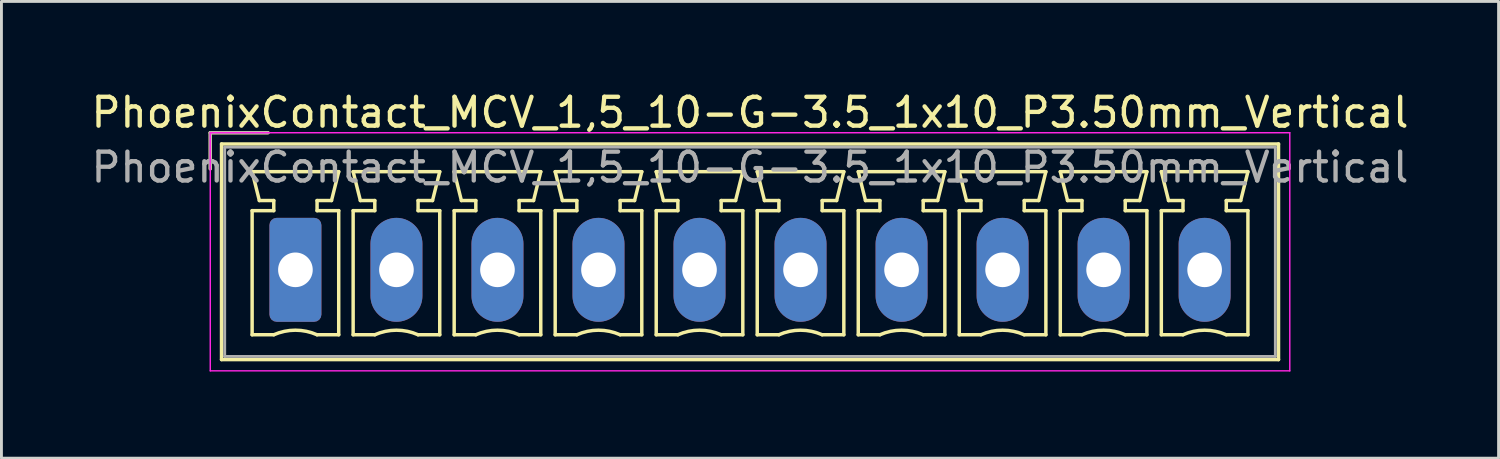
<source format=kicad_pcb>
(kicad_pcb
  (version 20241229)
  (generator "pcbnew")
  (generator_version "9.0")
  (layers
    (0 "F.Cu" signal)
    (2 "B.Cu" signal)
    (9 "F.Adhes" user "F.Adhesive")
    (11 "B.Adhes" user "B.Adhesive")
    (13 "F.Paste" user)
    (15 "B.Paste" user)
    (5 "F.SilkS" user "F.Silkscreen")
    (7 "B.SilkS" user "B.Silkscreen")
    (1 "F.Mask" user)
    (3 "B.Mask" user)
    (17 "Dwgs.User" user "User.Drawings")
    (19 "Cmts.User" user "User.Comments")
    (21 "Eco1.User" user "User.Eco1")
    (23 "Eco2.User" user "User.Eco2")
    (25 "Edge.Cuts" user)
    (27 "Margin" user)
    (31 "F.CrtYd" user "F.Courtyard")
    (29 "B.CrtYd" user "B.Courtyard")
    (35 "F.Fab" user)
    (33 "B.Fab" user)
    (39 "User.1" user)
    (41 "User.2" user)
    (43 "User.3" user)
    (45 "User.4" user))
  (footprint "PhoenixContact_MCV_1,5_10-G-3.5_1x10_P3.50mm_Vertical"
    (layer "F.Cu")
    (at 7.185 6.298)
    (property "Reference" "PhoenixContact_MCV_1,5_10-G-3.5_1x10_P3.50mm_Vertical" (at 15.75 -5.45 0) (layer "F.SilkS") (effects (font (size 1 1) (thickness 0.15))))
    (attr through_hole)
    (fp_line (start -2.95 -4.75) (end -0.95 -4.75) (stroke (width 0.12) (type solid)) (layer "F.SilkS"))
    (fp_line (start -2.95 -3.5) (end -2.95 -4.75) (stroke (width 0.12) (type solid)) (layer "F.SilkS"))
    (fp_line (start -2.56 -4.36) (end -2.56 3.11) (stroke (width 0.12) (type solid)) (layer "F.SilkS"))
    (fp_line (start -2.56 3.11) (end 34.06 3.11) (stroke (width 0.12) (type solid)) (layer "F.SilkS"))
    (fp_line (start -1.5 -3.4) (end 1.5 -3.4) (stroke (width 0.12) (type solid)) (layer "F.SilkS"))
    (fp_line (start -1.5 -2.05) (end -0.75 -2.05) (stroke (width 0.12) (type solid)) (layer "F.SilkS"))
    (fp_line (start -1.5 2.25) (end -1.5 -2.05) (stroke (width 0.12) (type solid)) (layer "F.SilkS"))
    (fp_line (start -1.25 -2.4) (end -1.5 -3.4) (stroke (width 0.12) (type solid)) (layer "F.SilkS"))
    (fp_line (start -0.75 -2.4) (end -1.25 -2.4) (stroke (width 0.12) (type solid)) (layer "F.SilkS"))
    (fp_line (start -0.75 -2.05) (end -0.75 -2.4) (stroke (width 0.12) (type solid)) (layer "F.SilkS"))
    (fp_line (start -0.75 2.25) (end -1.5 2.25) (stroke (width 0.12) (type solid)) (layer "F.SilkS"))
    (fp_line (start 0.75 -2.4) (end 0.75 -2.05) (stroke (width 0.12) (type solid)) (layer "F.SilkS"))
    (fp_line (start 0.75 -2.05) (end 1.5 -2.05) (stroke (width 0.12) (type solid)) (layer "F.SilkS"))
    (fp_line (start 1.25 -2.4) (end 0.75 -2.4) (stroke (width 0.12) (type solid)) (layer "F.SilkS"))
    (fp_line (start 1.5 -3.4) (end 1.25 -2.4) (stroke (width 0.12) (type solid)) (layer "F.SilkS"))
    (fp_line (start 1.5 -2.05) (end 1.5 2.25) (stroke (width 0.12) (type solid)) (layer "F.SilkS"))
    (fp_line (start 1.5 2.25) (end 0.75 2.25) (stroke (width 0.12) (type solid)) (layer "F.SilkS"))
    (fp_line (start 2 -3.4) (end 5 -3.4) (stroke (width 0.12) (type solid)) (layer "F.SilkS"))
    (fp_line (start 2 -2.05) (end 2.75 -2.05) (stroke (width 0.12) (type solid)) (layer "F.SilkS"))
    (fp_line (start 2 2.25) (end 2 -2.05) (stroke (width 0.12) (type solid)) (layer "F.SilkS"))
    (fp_line (start 2.25 -2.4) (end 2 -3.4) (stroke (width 0.12) (type solid)) (layer "F.SilkS"))
    (fp_line (start 2.75 -2.4) (end 2.25 -2.4) (stroke (width 0.12) (type solid)) (layer "F.SilkS"))
    (fp_line (start 2.75 -2.05) (end 2.75 -2.4) (stroke (width 0.12) (type solid)) (layer "F.SilkS"))
    (fp_line (start 2.75 2.25) (end 2 2.25) (stroke (width 0.12) (type solid)) (layer "F.SilkS"))
    (fp_line (start 4.25 -2.4) (end 4.25 -2.05) (stroke (width 0.12) (type solid)) (layer "F.SilkS"))
    (fp_line (start 4.25 -2.05) (end 5 -2.05) (stroke (width 0.12) (type solid)) (layer "F.SilkS"))
    (fp_line (start 4.75 -2.4) (end 4.25 -2.4) (stroke (width 0.12) (type solid)) (layer "F.SilkS"))
    (fp_line (start 5 -3.4) (end 4.75 -2.4) (stroke (width 0.12) (type solid)) (layer "F.SilkS"))
    (fp_line (start 5 -2.05) (end 5 2.25) (stroke (width 0.12) (type solid)) (layer "F.SilkS"))
    (fp_line (start 5 2.25) (end 4.25 2.25) (stroke (width 0.12) (type solid)) (layer "F.SilkS"))
    (fp_line (start 5.5 -3.4) (end 8.5 -3.4) (stroke (width 0.12) (type solid)) (layer "F.SilkS"))
    (fp_line (start 5.5 -2.05) (end 6.25 -2.05) (stroke (width 0.12) (type solid)) (layer "F.SilkS"))
    (fp_line (start 5.5 2.25) (end 5.5 -2.05) (stroke (width 0.12) (type solid)) (layer "F.SilkS"))
    (fp_line (start 5.75 -2.4) (end 5.5 -3.4) (stroke (width 0.12) (type solid)) (layer "F.SilkS"))
    (fp_line (start 6.25 -2.4) (end 5.75 -2.4) (stroke (width 0.12) (type solid)) (layer "F.SilkS"))
    (fp_line (start 6.25 -2.05) (end 6.25 -2.4) (stroke (width 0.12) (type solid)) (layer "F.SilkS"))
    (fp_line (start 6.25 2.25) (end 5.5 2.25) (stroke (width 0.12) (type solid)) (layer "F.SilkS"))
    (fp_line (start 7.75 -2.4) (end 7.75 -2.05) (stroke (width 0.12) (type solid)) (layer "F.SilkS"))
    (fp_line (start 7.75 -2.05) (end 8.5 -2.05) (stroke (width 0.12) (type solid)) (layer "F.SilkS"))
    (fp_line (start 8.25 -2.4) (end 7.75 -2.4) (stroke (width 0.12) (type solid)) (layer "F.SilkS"))
    (fp_line (start 8.5 -3.4) (end 8.25 -2.4) (stroke (width 0.12) (type solid)) (layer "F.SilkS"))
    (fp_line (start 8.5 -2.05) (end 8.5 2.25) (stroke (width 0.12) (type solid)) (layer "F.SilkS"))
    (fp_line (start 8.5 2.25) (end 7.75 2.25) (stroke (width 0.12) (type solid)) (layer "F.SilkS"))
    (fp_line (start 9 -3.4) (end 12 -3.4) (stroke (width 0.12) (type solid)) (layer "F.SilkS"))
    (fp_line (start 9 -2.05) (end 9.75 -2.05) (stroke (width 0.12) (type solid)) (layer "F.SilkS"))
    (fp_line (start 9 2.25) (end 9 -2.05) (stroke (width 0.12) (type solid)) (layer "F.SilkS"))
    (fp_line (start 9.25 -2.4) (end 9 -3.4) (stroke (width 0.12) (type solid)) (layer "F.SilkS"))
    (fp_line (start 9.75 -2.4) (end 9.25 -2.4) (stroke (width 0.12) (type solid)) (layer "F.SilkS"))
    (fp_line (start 9.75 -2.05) (end 9.75 -2.4) (stroke (width 0.12) (type solid)) (layer "F.SilkS"))
    (fp_line (start 9.75 2.25) (end 9 2.25) (stroke (width 0.12) (type solid)) (layer "F.SilkS"))
    (fp_line (start 11.25 -2.4) (end 11.25 -2.05) (stroke (width 0.12) (type solid)) (layer "F.SilkS"))
    (fp_line (start 11.25 -2.05) (end 12 -2.05) (stroke (width 0.12) (type solid)) (layer "F.SilkS"))
    (fp_line (start 11.75 -2.4) (end 11.25 -2.4) (stroke (width 0.12) (type solid)) (layer "F.SilkS"))
    (fp_line (start 12 -3.4) (end 11.75 -2.4) (stroke (width 0.12) (type solid)) (layer "F.SilkS"))
    (fp_line (start 12 -2.05) (end 12 2.25) (stroke (width 0.12) (type solid)) (layer "F.SilkS"))
    (fp_line (start 12 2.25) (end 11.25 2.25) (stroke (width 0.12) (type solid)) (layer "F.SilkS"))
    (fp_line (start 12.5 -3.4) (end 15.5 -3.4) (stroke (width 0.12) (type solid)) (layer "F.SilkS"))
    (fp_line (start 12.5 -2.05) (end 13.25 -2.05) (stroke (width 0.12) (type solid)) (layer "F.SilkS"))
    (fp_line (start 12.5 2.25) (end 12.5 -2.05) (stroke (width 0.12) (type solid)) (layer "F.SilkS"))
    (fp_line (start 12.75 -2.4) (end 12.5 -3.4) (stroke (width 0.12) (type solid)) (layer "F.SilkS"))
    (fp_line (start 13.25 -2.4) (end 12.75 -2.4) (stroke (width 0.12) (type solid)) (layer "F.SilkS"))
    (fp_line (start 13.25 -2.05) (end 13.25 -2.4) (stroke (width 0.12) (type solid)) (layer "F.SilkS"))
    (fp_line (start 13.25 2.25) (end 12.5 2.25) (stroke (width 0.12) (type solid)) (layer "F.SilkS"))
    (fp_line (start 14.75 -2.4) (end 14.75 -2.05) (stroke (width 0.12) (type solid)) (layer "F.SilkS"))
    (fp_line (start 14.75 -2.05) (end 15.5 -2.05) (stroke (width 0.12) (type solid)) (layer "F.SilkS"))
    (fp_line (start 15.25 -2.4) (end 14.75 -2.4) (stroke (width 0.12) (type solid)) (layer "F.SilkS"))
    (fp_line (start 15.5 -3.4) (end 15.25 -2.4) (stroke (width 0.12) (type solid)) (layer "F.SilkS"))
    (fp_line (start 15.5 -2.05) (end 15.5 2.25) (stroke (width 0.12) (type solid)) (layer "F.SilkS"))
    (fp_line (start 15.5 2.25) (end 14.75 2.25) (stroke (width 0.12) (type solid)) (layer "F.SilkS"))
    (fp_line (start 16 -3.4) (end 19 -3.4) (stroke (width 0.12) (type solid)) (layer "F.SilkS"))
    (fp_line (start 16 -2.05) (end 16.75 -2.05) (stroke (width 0.12) (type solid)) (layer "F.SilkS"))
    (fp_line (start 16 2.25) (end 16 -2.05) (stroke (width 0.12) (type solid)) (layer "F.SilkS"))
    (fp_line (start 16.25 -2.4) (end 16 -3.4) (stroke (width 0.12) (type solid)) (layer "F.SilkS"))
    (fp_line (start 16.75 -2.4) (end 16.25 -2.4) (stroke (width 0.12) (type solid)) (layer "F.SilkS"))
    (fp_line (start 16.75 -2.05) (end 16.75 -2.4) (stroke (width 0.12) (type solid)) (layer "F.SilkS"))
    (fp_line (start 16.75 2.25) (end 16 2.25) (stroke (width 0.12) (type solid)) (layer "F.SilkS"))
    (fp_line (start 18.25 -2.4) (end 18.25 -2.05) (stroke (width 0.12) (type solid)) (layer "F.SilkS"))
    (fp_line (start 18.25 -2.05) (end 19 -2.05) (stroke (width 0.12) (type solid)) (layer "F.SilkS"))
    (fp_line (start 18.75 -2.4) (end 18.25 -2.4) (stroke (width 0.12) (type solid)) (layer "F.SilkS"))
    (fp_line (start 19 -3.4) (end 18.75 -2.4) (stroke (width 0.12) (type solid)) (layer "F.SilkS"))
    (fp_line (start 19 -2.05) (end 19 2.25) (stroke (width 0.12) (type solid)) (layer "F.SilkS"))
    (fp_line (start 19 2.25) (end 18.25 2.25) (stroke (width 0.12) (type solid)) (layer "F.SilkS"))
    (fp_line (start 19.5 -3.4) (end 22.5 -3.4) (stroke (width 0.12) (type solid)) (layer "F.SilkS"))
    (fp_line (start 19.5 -2.05) (end 20.25 -2.05) (stroke (width 0.12) (type solid)) (layer "F.SilkS"))
    (fp_line (start 19.5 2.25) (end 19.5 -2.05) (stroke (width 0.12) (type solid)) (layer "F.SilkS"))
    (fp_line (start 19.75 -2.4) (end 19.5 -3.4) (stroke (width 0.12) (type solid)) (layer "F.SilkS"))
    (fp_line (start 20.25 -2.4) (end 19.75 -2.4) (stroke (width 0.12) (type solid)) (layer "F.SilkS"))
    (fp_line (start 20.25 -2.05) (end 20.25 -2.4) (stroke (width 0.12) (type solid)) (layer "F.SilkS"))
    (fp_line (start 20.25 2.25) (end 19.5 2.25) (stroke (width 0.12) (type solid)) (layer "F.SilkS"))
    (fp_line (start 21.75 -2.4) (end 21.75 -2.05) (stroke (width 0.12) (type solid)) (layer "F.SilkS"))
    (fp_line (start 21.75 -2.05) (end 22.5 -2.05) (stroke (width 0.12) (type solid)) (layer "F.SilkS"))
    (fp_line (start 22.25 -2.4) (end 21.75 -2.4) (stroke (width 0.12) (type solid)) (layer "F.SilkS"))
    (fp_line (start 22.5 -3.4) (end 22.25 -2.4) (stroke (width 0.12) (type solid)) (layer "F.SilkS"))
    (fp_line (start 22.5 -2.05) (end 22.5 2.25) (stroke (width 0.12) (type solid)) (layer "F.SilkS"))
    (fp_line (start 22.5 2.25) (end 21.75 2.25) (stroke (width 0.12) (type solid)) (layer "F.SilkS"))
    (fp_line (start 23 -3.4) (end 26 -3.4) (stroke (width 0.12) (type solid)) (layer "F.SilkS"))
    (fp_line (start 23 -2.05) (end 23.75 -2.05) (stroke (width 0.12) (type solid)) (layer "F.SilkS"))
    (fp_line (start 23 2.25) (end 23 -2.05) (stroke (width 0.12) (type solid)) (layer "F.SilkS"))
    (fp_line (start 23.25 -2.4) (end 23 -3.4) (stroke (width 0.12) (type solid)) (layer "F.SilkS"))
    (fp_line (start 23.75 -2.4) (end 23.25 -2.4) (stroke (width 0.12) (type solid)) (layer "F.SilkS"))
    (fp_line (start 23.75 -2.05) (end 23.75 -2.4) (stroke (width 0.12) (type solid)) (layer "F.SilkS"))
    (fp_line (start 23.75 2.25) (end 23 2.25) (stroke (width 0.12) (type solid)) (layer "F.SilkS"))
    (fp_line (start 25.25 -2.4) (end 25.25 -2.05) (stroke (width 0.12) (type solid)) (layer "F.SilkS"))
    (fp_line (start 25.25 -2.05) (end 26 -2.05) (stroke (width 0.12) (type solid)) (layer "F.SilkS"))
    (fp_line (start 25.75 -2.4) (end 25.25 -2.4) (stroke (width 0.12) (type solid)) (layer "F.SilkS"))
    (fp_line (start 26 -3.4) (end 25.75 -2.4) (stroke (width 0.12) (type solid)) (layer "F.SilkS"))
    (fp_line (start 26 -2.05) (end 26 2.25) (stroke (width 0.12) (type solid)) (layer "F.SilkS"))
    (fp_line (start 26 2.25) (end 25.25 2.25) (stroke (width 0.12) (type solid)) (layer "F.SilkS"))
    (fp_line (start 26.5 -3.4) (end 29.5 -3.4) (stroke (width 0.12) (type solid)) (layer "F.SilkS"))
    (fp_line (start 26.5 -2.05) (end 27.25 -2.05) (stroke (width 0.12) (type solid)) (layer "F.SilkS"))
    (fp_line (start 26.5 2.25) (end 26.5 -2.05) (stroke (width 0.12) (type solid)) (layer "F.SilkS"))
    (fp_line (start 26.75 -2.4) (end 26.5 -3.4) (stroke (width 0.12) (type solid)) (layer "F.SilkS"))
    (fp_line (start 27.25 -2.4) (end 26.75 -2.4) (stroke (width 0.12) (type solid)) (layer "F.SilkS"))
    (fp_line (start 27.25 -2.05) (end 27.25 -2.4) (stroke (width 0.12) (type solid)) (layer "F.SilkS"))
    (fp_line (start 27.25 2.25) (end 26.5 2.25) (stroke (width 0.12) (type solid)) (layer "F.SilkS"))
    (fp_line (start 28.75 -2.4) (end 28.75 -2.05) (stroke (width 0.12) (type solid)) (layer "F.SilkS"))
    (fp_line (start 28.75 -2.05) (end 29.5 -2.05) (stroke (width 0.12) (type solid)) (layer "F.SilkS"))
    (fp_line (start 29.25 -2.4) (end 28.75 -2.4) (stroke (width 0.12) (type solid)) (layer "F.SilkS"))
    (fp_line (start 29.5 -3.4) (end 29.25 -2.4) (stroke (width 0.12) (type solid)) (layer "F.SilkS"))
    (fp_line (start 29.5 -2.05) (end 29.5 2.25) (stroke (width 0.12) (type solid)) (layer "F.SilkS"))
    (fp_line (start 29.5 2.25) (end 28.75 2.25) (stroke (width 0.12) (type solid)) (layer "F.SilkS"))
    (fp_line (start 30 -3.4) (end 33 -3.4) (stroke (width 0.12) (type solid)) (layer "F.SilkS"))
    (fp_line (start 30 -2.05) (end 30.75 -2.05) (stroke (width 0.12) (type solid)) (layer "F.SilkS"))
    (fp_line (start 30 2.25) (end 30 -2.05) (stroke (width 0.12) (type solid)) (layer "F.SilkS"))
    (fp_line (start 30.25 -2.4) (end 30 -3.4) (stroke (width 0.12) (type solid)) (layer "F.SilkS"))
    (fp_line (start 30.75 -2.4) (end 30.25 -2.4) (stroke (width 0.12) (type solid)) (layer "F.SilkS"))
    (fp_line (start 30.75 -2.05) (end 30.75 -2.4) (stroke (width 0.12) (type solid)) (layer "F.SilkS"))
    (fp_line (start 30.75 2.25) (end 30 2.25) (stroke (width 0.12) (type solid)) (layer "F.SilkS"))
    (fp_line (start 32.25 -2.4) (end 32.25 -2.05) (stroke (width 0.12) (type solid)) (layer "F.SilkS"))
    (fp_line (start 32.25 -2.05) (end 33 -2.05) (stroke (width 0.12) (type solid)) (layer "F.SilkS"))
    (fp_line (start 32.75 -2.4) (end 32.25 -2.4) (stroke (width 0.12) (type solid)) (layer "F.SilkS"))
    (fp_line (start 33 -3.4) (end 32.75 -2.4) (stroke (width 0.12) (type solid)) (layer "F.SilkS"))
    (fp_line (start 33 -2.05) (end 33 2.25) (stroke (width 0.12) (type solid)) (layer "F.SilkS"))
    (fp_line (start 33 2.25) (end 32.25 2.25) (stroke (width 0.12) (type solid)) (layer "F.SilkS"))
    (fp_line (start 34.06 -4.36) (end -2.56 -4.36) (stroke (width 0.12) (type solid)) (layer "F.SilkS"))
    (fp_line (start 34.06 3.11) (end 34.06 -4.36) (stroke (width 0.12) (type solid)) (layer "F.SilkS"))
    (fp_arc (start -0.75 2.25) (mid -0.000193 2.09191) (end 0.749647 2.249844) (stroke (width 0.12) (type solid)) (layer "F.SilkS"))
    (fp_arc (start 2.75 2.25) (mid 3.499807 2.09191) (end 4.249647 2.249844) (stroke (width 0.12) (type solid)) (layer "F.SilkS"))
    (fp_arc (start 6.25 2.25) (mid 6.999807 2.09191) (end 7.749647 2.249844) (stroke (width 0.12) (type solid)) (layer "F.SilkS"))
    (fp_arc (start 9.75 2.25) (mid 10.499807 2.09191) (end 11.249647 2.249844) (stroke (width 0.12) (type solid)) (layer "F.SilkS"))
    (fp_arc (start 13.25 2.25) (mid 13.999807 2.09191) (end 14.749647 2.249844) (stroke (width 0.12) (type solid)) (layer "F.SilkS"))
    (fp_arc (start 16.75 2.25) (mid 17.499807 2.09191) (end 18.249647 2.249844) (stroke (width 0.12) (type solid)) (layer "F.SilkS"))
    (fp_arc (start 20.25 2.25) (mid 20.999807 2.09191) (end 21.749647 2.249844) (stroke (width 0.12) (type solid)) (layer "F.SilkS"))
    (fp_arc (start 23.75 2.25) (mid 24.499807 2.09191) (end 25.249647 2.249844) (stroke (width 0.12) (type solid)) (layer "F.SilkS"))
    (fp_arc (start 27.25 2.25) (mid 27.999807 2.09191) (end 28.749647 2.249844) (stroke (width 0.12) (type solid)) (layer "F.SilkS"))
    (fp_arc (start 30.75 2.25) (mid 31.499807 2.09191) (end 32.249647 2.249844) (stroke (width 0.12) (type solid)) (layer "F.SilkS"))
    (fp_line (start -2.95 -4.75) (end -2.95 3.5) (stroke (width 0.05) (type solid)) (layer "F.CrtYd"))
    (fp_line (start -2.95 3.5) (end 34.45 3.5) (stroke (width 0.05) (type solid)) (layer "F.CrtYd"))
    (fp_line (start 34.45 -4.75) (end -2.95 -4.75) (stroke (width 0.05) (type solid)) (layer "F.CrtYd"))
    (fp_line (start 34.45 3.5) (end 34.45 -4.75) (stroke (width 0.05) (type solid)) (layer "F.CrtYd"))
    (fp_line (start -2.95 -4.75) (end -0.95 -4.75) (stroke (width 0.1) (type solid)) (layer "F.Fab"))
    (fp_line (start -2.95 -3.5) (end -2.95 -4.75) (stroke (width 0.1) (type solid)) (layer "F.Fab"))
    (fp_line (start -2.45 -4.25) (end -2.45 3) (stroke (width 0.1) (type solid)) (layer "F.Fab"))
    (fp_line (start -2.45 3) (end 33.95 3) (stroke (width 0.1) (type solid)) (layer "F.Fab"))
    (fp_line (start 33.95 -4.25) (end -2.45 -4.25) (stroke (width 0.1) (type solid)) (layer "F.Fab"))
    (fp_line (start 33.95 3) (end 33.95 -4.25) (stroke (width 0.1) (type solid)) (layer "F.Fab"))
    (fp_text user "${REFERENCE}" (at 15.75 -3.55 0) (layer "F.Fab") (effects (font (size 1 1) (thickness 0.15))))
    (pad "1" thru_hole roundrect (at 0 0) (size 1.8 3.6) (drill 1.2) (layers "*.Cu" "*.Mask") (roundrect_rratio 0.139))
    (pad "2" thru_hole oval (at 3.5 0) (size 1.8 3.6) (drill 1.2) (layers "*.Cu" "*.Mask"))
    (pad "3" thru_hole oval (at 7 0) (size 1.8 3.6) (drill 1.2) (layers "*.Cu" "*.Mask"))
    (pad "4" thru_hole oval (at 10.5 0) (size 1.8 3.6) (drill 1.2) (layers "*.Cu" "*.Mask"))
    (pad "5" thru_hole oval (at 14 0) (size 1.8 3.6) (drill 1.2) (layers "*.Cu" "*.Mask"))
    (pad "6" thru_hole oval (at 17.5 0) (size 1.8 3.6) (drill 1.2) (layers "*.Cu" "*.Mask"))
    (pad "7" thru_hole oval (at 21 0) (size 1.8 3.6) (drill 1.2) (layers "*.Cu" "*.Mask"))
    (pad "8" thru_hole oval (at 24.5 0) (size 1.8 3.6) (drill 1.2) (layers "*.Cu" "*.Mask"))
    (pad "9" thru_hole oval (at 28 0) (size 1.8 3.6) (drill 1.2) (layers "*.Cu" "*.Mask"))
    (pad "10" thru_hole oval (at 31.5 0) (size 1.8 3.6) (drill 1.2) (layers "*.Cu" "*.Mask")))
  (gr_rect
    (start -3 -3)
    (end 48.869 12.823)
    (stroke (width 0.1) (type default))
    (fill no)
    (layer "Edge.Cuts")))
</source>
